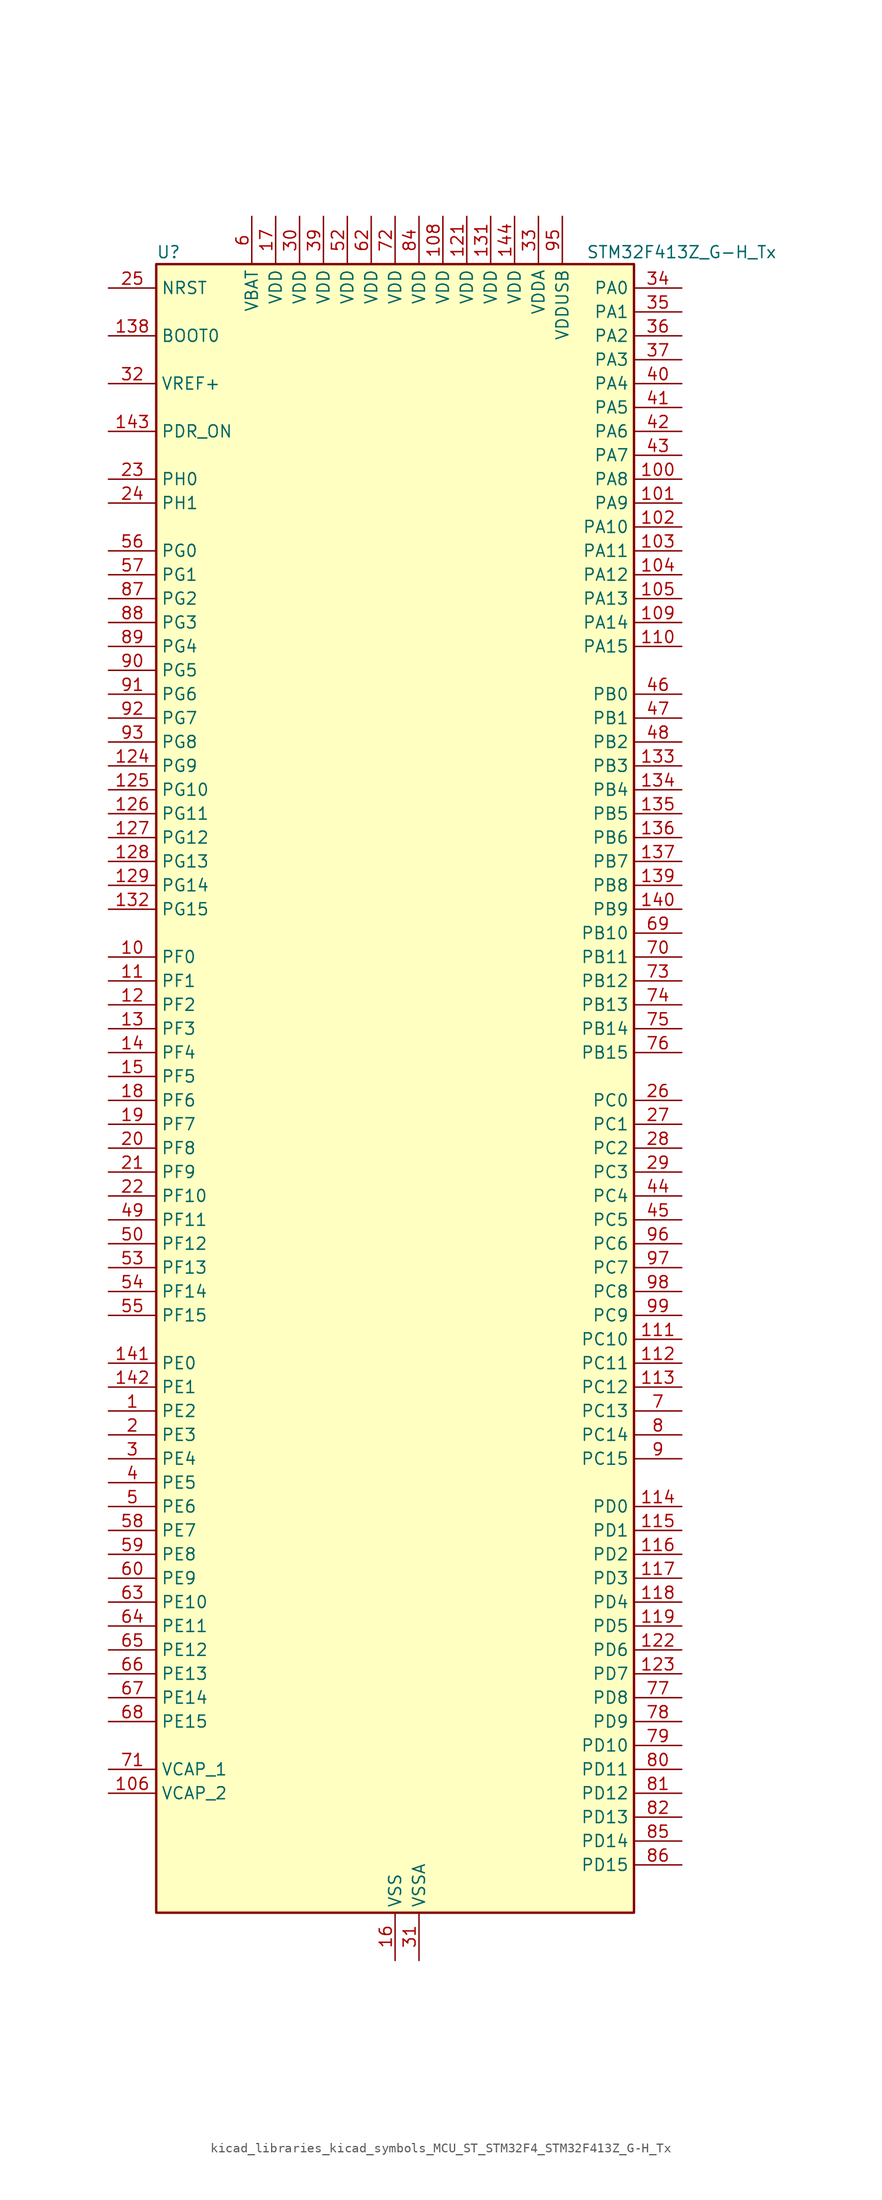
<source format=kicad_sym>
(kicad_symbol_lib
  (version 20220914)
  (generator kicad_symbol_editor)
  (symbol "kicad_libraries_kicad_symbols_MCU_ST_STM32F4_STM32F413Z_G-H_Tx"
    (property "Reference" "U"
      (at -25.4 90.17 0)
      (effects (font (size 1.27 1.27)) (justify left)))
    (property "Value" "STM32F413Z_G-H_Tx"
      (at 20.32 90.17 0)
      (effects (font (size 1.27 1.27)) (justify left)))
    (property "ki_locked" ""
      (at 0 0 0)
      (effects (font (size 1.27 1.27))))
    (symbol "kicad_libraries_kicad_symbols_MCU_ST_STM32F4_STM32F413Z_G-H_Tx_0_1"
      (rectangle (start -25.4 -86.36) (end 25.4 88.9) (stroke (width 0.254) (type default)) (fill (type background))))
    (symbol "kicad_libraries_kicad_symbols_MCU_ST_STM32F4_STM32F413Z_G-H_Tx_1_1"
      (pin bidirectional line (at -30.48 -33.02 0) (length 5.08) (name "PE2" (effects (font (size 1.27 1.27)))) (number "1" (effects (font (size 1.27 1.27)))) (alternate "FSMC_A23" bidirectional line) (alternate "I2S4_CK" bidirectional line) (alternate "I2S5_CK" bidirectional line) (alternate "QUADSPI_BK1_IO2" bidirectional line) (alternate "SAI1_MCLK_A" bidirectional line) (alternate "SPI4_SCK" bidirectional line) (alternate "SPI5_SCK" bidirectional line) (alternate "SYS_TRACECLK" bidirectional line) (alternate "UART10_RX" bidirectional line))
      (pin bidirectional line (at -30.48 15.24 0) (length 5.08) (name "PF0" (effects (font (size 1.27 1.27)))) (number "10" (effects (font (size 1.27 1.27)))) (alternate "FSMC_A0" bidirectional line) (alternate "I2C2_SDA" bidirectional line))
      (pin bidirectional line (at 30.48 66.04 180) (length 5.08) (name "PA8" (effects (font (size 1.27 1.27)))) (number "100" (effects (font (size 1.27 1.27)))) (alternate "CAN3_RX" bidirectional line) (alternate "DFSDM1_CKOUT" bidirectional line) (alternate "I2C3_SCL" bidirectional line) (alternate "RCC_MCO_1" bidirectional line) (alternate "SDIO_D1" bidirectional line) (alternate "TIM1_CH1" bidirectional line) (alternate "UART7_RX" bidirectional line) (alternate "USART1_CK" bidirectional line) (alternate "USB_OTG_FS_SOF" bidirectional line))
      (pin bidirectional line (at 30.48 63.5 180) (length 5.08) (name "PA9" (effects (font (size 1.27 1.27)))) (number "101" (effects (font (size 1.27 1.27)))) (alternate "DAC_EXTI9" bidirectional line) (alternate "DFSDM2_CKIN3" bidirectional line) (alternate "I2C3_SMBA" bidirectional line) (alternate "I2S2_CK" bidirectional line) (alternate "SDIO_D2" bidirectional line) (alternate "SPI2_SCK" bidirectional line) (alternate "TIM1_CH2" bidirectional line) (alternate "USART1_TX" bidirectional line) (alternate "USB_OTG_FS_VBUS" bidirectional line))
      (pin bidirectional line (at 30.48 60.96 180) (length 5.08) (name "PA10" (effects (font (size 1.27 1.27)))) (number "102" (effects (font (size 1.27 1.27)))) (alternate "DFSDM2_DATIN3" bidirectional line) (alternate "I2S2_SD" bidirectional line) (alternate "I2S5_SD" bidirectional line) (alternate "SPI2_MOSI" bidirectional line) (alternate "SPI5_MOSI" bidirectional line) (alternate "TIM1_CH3" bidirectional line) (alternate "USART1_RX" bidirectional line) (alternate "USB_OTG_FS_ID" bidirectional line))
      (pin bidirectional line (at 30.48 58.42 180) (length 5.08) (name "PA11" (effects (font (size 1.27 1.27)))) (number "103" (effects (font (size 1.27 1.27)))) (alternate "ADC1_EXTI11" bidirectional line) (alternate "CAN1_RX" bidirectional line) (alternate "DFSDM2_CKIN5" bidirectional line) (alternate "I2S2_WS" bidirectional line) (alternate "SPI2_NSS" bidirectional line) (alternate "SPI4_MISO" bidirectional line) (alternate "TIM1_CH4" bidirectional line) (alternate "UART4_RX" bidirectional line) (alternate "USART1_CTS" bidirectional line) (alternate "USART6_TX" bidirectional line) (alternate "USB_OTG_FS_DM" bidirectional line))
      (pin bidirectional line (at 30.48 55.88 180) (length 5.08) (name "PA12" (effects (font (size 1.27 1.27)))) (number "104" (effects (font (size 1.27 1.27)))) (alternate "CAN1_TX" bidirectional line) (alternate "DFSDM2_DATIN5" bidirectional line) (alternate "SPI2_MISO" bidirectional line) (alternate "SPI5_MISO" bidirectional line) (alternate "TIM1_ETR" bidirectional line) (alternate "UART4_TX" bidirectional line) (alternate "USART1_RTS" bidirectional line) (alternate "USART6_RX" bidirectional line) (alternate "USB_OTG_FS_DP" bidirectional line))
      (pin bidirectional line (at 30.48 53.34 180) (length 5.08) (name "PA13" (effects (font (size 1.27 1.27)))) (number "105" (effects (font (size 1.27 1.27)))) (alternate "SYS_JTMS-SWDIO" bidirectional line))
      (pin power_out line (at -30.48 -73.66 0) (length 5.08) (name "VCAP_2" (effects (font (size 1.27 1.27)))) (number "106" (effects (font (size 1.27 1.27)))))
      (pin passive line (at 0 -91.44 90) (length 5.08) hide (name "VSS" (effects (font (size 1.27 1.27)))) (number "107" (effects (font (size 1.27 1.27)))))
      (pin power_in line (at 5.08 93.98 270) (length 5.08) (name "VDD" (effects (font (size 1.27 1.27)))) (number "108" (effects (font (size 1.27 1.27)))))
      (pin bidirectional line (at 30.48 50.8 180) (length 5.08) (name "PA14" (effects (font (size 1.27 1.27)))) (number "109" (effects (font (size 1.27 1.27)))) (alternate "SYS_JTCK-SWCLK" bidirectional line))
      (pin bidirectional line (at -30.48 12.7 0) (length 5.08) (name "PF1" (effects (font (size 1.27 1.27)))) (number "11" (effects (font (size 1.27 1.27)))) (alternate "FSMC_A1" bidirectional line) (alternate "I2C2_SCL" bidirectional line))
      (pin bidirectional line (at 30.48 48.26 180) (length 5.08) (name "PA15" (effects (font (size 1.27 1.27)))) (number "110" (effects (font (size 1.27 1.27)))) (alternate "ADC1_EXTI15" bidirectional line) (alternate "CAN3_TX" bidirectional line) (alternate "I2S1_WS" bidirectional line) (alternate "I2S3_WS" bidirectional line) (alternate "SAI1_MCLK_A" bidirectional line) (alternate "SPI1_NSS" bidirectional line) (alternate "SPI3_NSS" bidirectional line) (alternate "SYS_JTDI" bidirectional line) (alternate "TIM2_CH1" bidirectional line) (alternate "TIM2_ETR" bidirectional line) (alternate "UART7_TX" bidirectional line) (alternate "USART1_TX" bidirectional line))
      (pin bidirectional line (at 30.48 -25.4 180) (length 5.08) (name "PC10" (effects (font (size 1.27 1.27)))) (number "111" (effects (font (size 1.27 1.27)))) (alternate "DFSDM2_CKIN5" bidirectional line) (alternate "I2S3_CK" bidirectional line) (alternate "QUADSPI_BK1_IO1" bidirectional line) (alternate "SDIO_D2" bidirectional line) (alternate "SPI3_SCK" bidirectional line) (alternate "USART3_TX" bidirectional line))
      (pin bidirectional line (at 30.48 -27.94 180) (length 5.08) (name "PC11" (effects (font (size 1.27 1.27)))) (number "112" (effects (font (size 1.27 1.27)))) (alternate "ADC1_EXTI11" bidirectional line) (alternate "DFSDM2_DATIN5" bidirectional line) (alternate "FSMC_D2" bidirectional line) (alternate "FSMC_DA2" bidirectional line) (alternate "I2S3_ext_SD" bidirectional line) (alternate "QUADSPI_BK2_NCS" bidirectional line) (alternate "SDIO_D3" bidirectional line) (alternate "SPI3_MISO" bidirectional line) (alternate "UART4_RX" bidirectional line) (alternate "USART3_RX" bidirectional line))
      (pin bidirectional line (at 30.48 -30.48 180) (length 5.08) (name "PC12" (effects (font (size 1.27 1.27)))) (number "113" (effects (font (size 1.27 1.27)))) (alternate "FSMC_D3" bidirectional line) (alternate "FSMC_DA3" bidirectional line) (alternate "I2S3_SD" bidirectional line) (alternate "SDIO_CK" bidirectional line) (alternate "SPI3_MOSI" bidirectional line) (alternate "UART5_TX" bidirectional line) (alternate "USART3_CK" bidirectional line))
      (pin bidirectional line (at 30.48 -43.18 180) (length 5.08) (name "PD0" (effects (font (size 1.27 1.27)))) (number "114" (effects (font (size 1.27 1.27)))) (alternate "CAN1_RX" bidirectional line) (alternate "DFSDM2_CKIN6" bidirectional line) (alternate "FSMC_D2" bidirectional line) (alternate "FSMC_DA2" bidirectional line) (alternate "UART4_RX" bidirectional line))
      (pin bidirectional line (at 30.48 -45.72 180) (length 5.08) (name "PD1" (effects (font (size 1.27 1.27)))) (number "115" (effects (font (size 1.27 1.27)))) (alternate "CAN1_TX" bidirectional line) (alternate "DFSDM2_DATIN6" bidirectional line) (alternate "FSMC_D3" bidirectional line) (alternate "FSMC_DA3" bidirectional line) (alternate "UART4_TX" bidirectional line))
      (pin bidirectional line (at 30.48 -48.26 180) (length 5.08) (name "PD2" (effects (font (size 1.27 1.27)))) (number "116" (effects (font (size 1.27 1.27)))) (alternate "DFSDM2_CKOUT" bidirectional line) (alternate "FSMC_NWE" bidirectional line) (alternate "SDIO_CMD" bidirectional line) (alternate "TIM3_ETR" bidirectional line) (alternate "UART5_RX" bidirectional line))
      (pin bidirectional line (at 30.48 -50.8 180) (length 5.08) (name "PD3" (effects (font (size 1.27 1.27)))) (number "117" (effects (font (size 1.27 1.27)))) (alternate "DFSDM1_DATIN0" bidirectional line) (alternate "FSMC_CLK" bidirectional line) (alternate "I2S2_CK" bidirectional line) (alternate "QUADSPI_CLK" bidirectional line) (alternate "SPI2_SCK" bidirectional line) (alternate "SYS_TRACED1" bidirectional line) (alternate "USART2_CTS" bidirectional line))
      (pin bidirectional line (at 30.48 -53.34 180) (length 5.08) (name "PD4" (effects (font (size 1.27 1.27)))) (number "118" (effects (font (size 1.27 1.27)))) (alternate "DFSDM1_CKIN0" bidirectional line) (alternate "FSMC_NOE" bidirectional line) (alternate "USART2_RTS" bidirectional line))
      (pin bidirectional line (at 30.48 -55.88 180) (length 5.08) (name "PD5" (effects (font (size 1.27 1.27)))) (number "119" (effects (font (size 1.27 1.27)))) (alternate "DFSDM2_CKOUT" bidirectional line) (alternate "FSMC_NWE" bidirectional line) (alternate "USART2_TX" bidirectional line))
      (pin bidirectional line (at -30.48 10.16 0) (length 5.08) (name "PF2" (effects (font (size 1.27 1.27)))) (number "12" (effects (font (size 1.27 1.27)))) (alternate "FSMC_A2" bidirectional line) (alternate "I2C2_SMBA" bidirectional line))
      (pin passive line (at 0 -91.44 90) (length 5.08) hide (name "VSS" (effects (font (size 1.27 1.27)))) (number "120" (effects (font (size 1.27 1.27)))))
      (pin power_in line (at 7.62 93.98 270) (length 5.08) (name "VDD" (effects (font (size 1.27 1.27)))) (number "121" (effects (font (size 1.27 1.27)))))
      (pin bidirectional line (at 30.48 -58.42 180) (length 5.08) (name "PD6" (effects (font (size 1.27 1.27)))) (number "122" (effects (font (size 1.27 1.27)))) (alternate "DFSDM1_DATIN1" bidirectional line) (alternate "FSMC_NWAIT" bidirectional line) (alternate "I2S3_SD" bidirectional line) (alternate "SPI3_MOSI" bidirectional line) (alternate "USART2_RX" bidirectional line))
      (pin bidirectional line (at 30.48 -60.96 180) (length 5.08) (name "PD7" (effects (font (size 1.27 1.27)))) (number "123" (effects (font (size 1.27 1.27)))) (alternate "DFSDM1_CKIN1" bidirectional line) (alternate "FSMC_NE1" bidirectional line) (alternate "USART2_CK" bidirectional line))
      (pin bidirectional line (at -30.48 35.56 0) (length 5.08) (name "PG9" (effects (font (size 1.27 1.27)))) (number "124" (effects (font (size 1.27 1.27)))) (alternate "DAC_EXTI9" bidirectional line) (alternate "FSMC_NE2" bidirectional line) (alternate "QUADSPI_BK2_IO2" bidirectional line) (alternate "USART6_RX" bidirectional line))
      (pin bidirectional line (at -30.48 33.02 0) (length 5.08) (name "PG10" (effects (font (size 1.27 1.27)))) (number "125" (effects (font (size 1.27 1.27)))) (alternate "FSMC_NE3" bidirectional line))
      (pin bidirectional line (at -30.48 30.48 0) (length 5.08) (name "PG11" (effects (font (size 1.27 1.27)))) (number "126" (effects (font (size 1.27 1.27)))) (alternate "ADC1_EXTI11" bidirectional line) (alternate "CAN2_RX" bidirectional line) (alternate "UART10_RX" bidirectional line))
      (pin bidirectional line (at -30.48 27.94 0) (length 5.08) (name "PG12" (effects (font (size 1.27 1.27)))) (number "127" (effects (font (size 1.27 1.27)))) (alternate "CAN2_TX" bidirectional line) (alternate "FSMC_NE4" bidirectional line) (alternate "UART10_TX" bidirectional line) (alternate "USART6_RTS" bidirectional line))
      (pin bidirectional line (at -30.48 25.4 0) (length 5.08) (name "PG13" (effects (font (size 1.27 1.27)))) (number "128" (effects (font (size 1.27 1.27)))) (alternate "FSMC_A24" bidirectional line) (alternate "SYS_TRACED2" bidirectional line) (alternate "USART6_CTS" bidirectional line))
      (pin bidirectional line (at -30.48 22.86 0) (length 5.08) (name "PG14" (effects (font (size 1.27 1.27)))) (number "129" (effects (font (size 1.27 1.27)))) (alternate "FSMC_A25" bidirectional line) (alternate "QUADSPI_BK2_IO3" bidirectional line) (alternate "SYS_TRACED3" bidirectional line) (alternate "USART6_TX" bidirectional line))
      (pin bidirectional line (at -30.48 7.62 0) (length 5.08) (name "PF3" (effects (font (size 1.27 1.27)))) (number "13" (effects (font (size 1.27 1.27)))) (alternate "FSMC_A3" bidirectional line) (alternate "TIM5_CH1" bidirectional line))
      (pin passive line (at 0 -91.44 90) (length 5.08) hide (name "VSS" (effects (font (size 1.27 1.27)))) (number "130" (effects (font (size 1.27 1.27)))))
      (pin power_in line (at 10.16 93.98 270) (length 5.08) (name "VDD" (effects (font (size 1.27 1.27)))) (number "131" (effects (font (size 1.27 1.27)))))
      (pin bidirectional line (at -30.48 20.32 0) (length 5.08) (name "PG15" (effects (font (size 1.27 1.27)))) (number "132" (effects (font (size 1.27 1.27)))) (alternate "ADC1_EXTI15" bidirectional line) (alternate "USART6_CTS" bidirectional line))
      (pin bidirectional line (at 30.48 35.56 180) (length 5.08) (name "PB3" (effects (font (size 1.27 1.27)))) (number "133" (effects (font (size 1.27 1.27)))) (alternate "CAN3_RX" bidirectional line) (alternate "FMPI2C1_SDA" bidirectional line) (alternate "I2C2_SDA" bidirectional line) (alternate "I2S1_CK" bidirectional line) (alternate "I2S3_CK" bidirectional line) (alternate "SAI1_SD_A" bidirectional line) (alternate "SPI1_SCK" bidirectional line) (alternate "SPI3_SCK" bidirectional line) (alternate "SYS_JTDO-SWO" bidirectional line) (alternate "TIM2_CH2" bidirectional line) (alternate "UART7_RX" bidirectional line) (alternate "USART1_RX" bidirectional line))
      (pin bidirectional line (at 30.48 33.02 180) (length 5.08) (name "PB4" (effects (font (size 1.27 1.27)))) (number "134" (effects (font (size 1.27 1.27)))) (alternate "CAN3_TX" bidirectional line) (alternate "I2C3_SDA" bidirectional line) (alternate "I2S3_ext_SD" bidirectional line) (alternate "SAI1_SCK_A" bidirectional line) (alternate "SDIO_D0" bidirectional line) (alternate "SPI1_MISO" bidirectional line) (alternate "SPI3_MISO" bidirectional line) (alternate "SYS_JTRST" bidirectional line) (alternate "TIM3_CH1" bidirectional line) (alternate "UART7_TX" bidirectional line))
      (pin bidirectional line (at 30.48 30.48 180) (length 5.08) (name "PB5" (effects (font (size 1.27 1.27)))) (number "135" (effects (font (size 1.27 1.27)))) (alternate "CAN2_RX" bidirectional line) (alternate "I2C1_SMBA" bidirectional line) (alternate "I2S1_SD" bidirectional line) (alternate "I2S3_SD" bidirectional line) (alternate "LPTIM1_IN1" bidirectional line) (alternate "SAI1_FS_A" bidirectional line) (alternate "SDIO_D3" bidirectional line) (alternate "SPI1_MOSI" bidirectional line) (alternate "SPI3_MOSI" bidirectional line) (alternate "TIM3_CH2" bidirectional line) (alternate "UART5_RX" bidirectional line))
      (pin bidirectional line (at 30.48 27.94 180) (length 5.08) (name "PB6" (effects (font (size 1.27 1.27)))) (number "136" (effects (font (size 1.27 1.27)))) (alternate "CAN2_TX" bidirectional line) (alternate "DFSDM2_CKIN7" bidirectional line) (alternate "I2C1_SCL" bidirectional line) (alternate "LPTIM1_ETR" bidirectional line) (alternate "QUADSPI_BK1_NCS" bidirectional line) (alternate "SDIO_D0" bidirectional line) (alternate "TIM4_CH1" bidirectional line) (alternate "UART5_TX" bidirectional line) (alternate "USART1_TX" bidirectional line))
      (pin bidirectional line (at 30.48 25.4 180) (length 5.08) (name "PB7" (effects (font (size 1.27 1.27)))) (number "137" (effects (font (size 1.27 1.27)))) (alternate "DFSDM2_DATIN7" bidirectional line) (alternate "FSMC_NL" bidirectional line) (alternate "I2C1_SDA" bidirectional line) (alternate "LPTIM1_IN2" bidirectional line) (alternate "TIM4_CH2" bidirectional line) (alternate "USART1_RX" bidirectional line))
      (pin input line (at -30.48 81.28 0) (length 5.08) (name "BOOT0" (effects (font (size 1.27 1.27)))) (number "138" (effects (font (size 1.27 1.27)))))
      (pin bidirectional line (at 30.48 22.86 180) (length 5.08) (name "PB8" (effects (font (size 1.27 1.27)))) (number "139" (effects (font (size 1.27 1.27)))) (alternate "CAN1_RX" bidirectional line) (alternate "DFSDM2_CKIN1" bidirectional line) (alternate "I2C1_SCL" bidirectional line) (alternate "I2C3_SDA" bidirectional line) (alternate "I2S5_SD" bidirectional line) (alternate "LPTIM1_OUT" bidirectional line) (alternate "SDIO_D4" bidirectional line) (alternate "SPI5_MOSI" bidirectional line) (alternate "TIM10_CH1" bidirectional line) (alternate "TIM4_CH3" bidirectional line) (alternate "UART5_RX" bidirectional line))
      (pin bidirectional line (at -30.48 5.08 0) (length 5.08) (name "PF4" (effects (font (size 1.27 1.27)))) (number "14" (effects (font (size 1.27 1.27)))) (alternate "FSMC_A4" bidirectional line) (alternate "TIM5_CH2" bidirectional line))
      (pin bidirectional line (at 30.48 20.32 180) (length 5.08) (name "PB9" (effects (font (size 1.27 1.27)))) (number "140" (effects (font (size 1.27 1.27)))) (alternate "CAN1_TX" bidirectional line) (alternate "DAC_EXTI9" bidirectional line) (alternate "DFSDM2_DATIN1" bidirectional line) (alternate "I2C1_SDA" bidirectional line) (alternate "I2C2_SDA" bidirectional line) (alternate "I2S2_WS" bidirectional line) (alternate "SDIO_D5" bidirectional line) (alternate "SPI2_NSS" bidirectional line) (alternate "TIM11_CH1" bidirectional line) (alternate "TIM4_CH4" bidirectional line) (alternate "UART5_TX" bidirectional line))
      (pin bidirectional line (at -30.48 -27.94 0) (length 5.08) (name "PE0" (effects (font (size 1.27 1.27)))) (number "141" (effects (font (size 1.27 1.27)))) (alternate "DFSDM2_CKIN4" bidirectional line) (alternate "FSMC_NBL0" bidirectional line) (alternate "TIM4_ETR" bidirectional line) (alternate "UART8_RX" bidirectional line))
      (pin bidirectional line (at -30.48 -30.48 0) (length 5.08) (name "PE1" (effects (font (size 1.27 1.27)))) (number "142" (effects (font (size 1.27 1.27)))) (alternate "DFSDM2_DATIN4" bidirectional line) (alternate "FSMC_NBL1" bidirectional line) (alternate "UART8_TX" bidirectional line))
      (pin input line (at -30.48 71.12 0) (length 5.08) (name "PDR_ON" (effects (font (size 1.27 1.27)))) (number "143" (effects (font (size 1.27 1.27)))))
      (pin power_in line (at 12.7 93.98 270) (length 5.08) (name "VDD" (effects (font (size 1.27 1.27)))) (number "144" (effects (font (size 1.27 1.27)))))
      (pin bidirectional line (at -30.48 2.54 0) (length 5.08) (name "PF5" (effects (font (size 1.27 1.27)))) (number "15" (effects (font (size 1.27 1.27)))) (alternate "FSMC_A5" bidirectional line) (alternate "TIM5_CH3" bidirectional line))
      (pin power_in line (at 0 -91.44 90) (length 5.08) (name "VSS" (effects (font (size 1.27 1.27)))) (number "16" (effects (font (size 1.27 1.27)))))
      (pin power_in line (at -12.7 93.98 270) (length 5.08) (name "VDD" (effects (font (size 1.27 1.27)))) (number "17" (effects (font (size 1.27 1.27)))))
      (pin bidirectional line (at -30.48 0 0) (length 5.08) (name "PF6" (effects (font (size 1.27 1.27)))) (number "18" (effects (font (size 1.27 1.27)))) (alternate "QUADSPI_BK1_IO3" bidirectional line) (alternate "SAI1_SD_B" bidirectional line) (alternate "SYS_TRACED0" bidirectional line) (alternate "TIM10_CH1" bidirectional line) (alternate "UART7_RX" bidirectional line))
      (pin bidirectional line (at -30.48 -2.54 0) (length 5.08) (name "PF7" (effects (font (size 1.27 1.27)))) (number "19" (effects (font (size 1.27 1.27)))) (alternate "QUADSPI_BK1_IO2" bidirectional line) (alternate "SAI1_MCLK_B" bidirectional line) (alternate "SYS_TRACED1" bidirectional line) (alternate "TIM11_CH1" bidirectional line) (alternate "UART7_TX" bidirectional line))
      (pin bidirectional line (at -30.48 -35.56 0) (length 5.08) (name "PE3" (effects (font (size 1.27 1.27)))) (number "2" (effects (font (size 1.27 1.27)))) (alternate "FSMC_A19" bidirectional line) (alternate "SAI1_SD_B" bidirectional line) (alternate "SYS_TRACED0" bidirectional line) (alternate "UART10_TX" bidirectional line))
      (pin bidirectional line (at -30.48 -5.08 0) (length 5.08) (name "PF8" (effects (font (size 1.27 1.27)))) (number "20" (effects (font (size 1.27 1.27)))) (alternate "QUADSPI_BK1_IO0" bidirectional line) (alternate "SAI1_SCK_B" bidirectional line) (alternate "TIM13_CH1" bidirectional line) (alternate "UART8_RX" bidirectional line))
      (pin bidirectional line (at -30.48 -7.62 0) (length 5.08) (name "PF9" (effects (font (size 1.27 1.27)))) (number "21" (effects (font (size 1.27 1.27)))) (alternate "DAC_EXTI9" bidirectional line) (alternate "QUADSPI_BK1_IO1" bidirectional line) (alternate "SAI1_FS_B" bidirectional line) (alternate "TIM14_CH1" bidirectional line) (alternate "UART8_TX" bidirectional line))
      (pin bidirectional line (at -30.48 -10.16 0) (length 5.08) (name "PF10" (effects (font (size 1.27 1.27)))) (number "22" (effects (font (size 1.27 1.27)))) (alternate "TIM1_ETR" bidirectional line) (alternate "TIM5_CH4" bidirectional line))
      (pin bidirectional line (at -30.48 66.04 0) (length 5.08) (name "PH0" (effects (font (size 1.27 1.27)))) (number "23" (effects (font (size 1.27 1.27)))) (alternate "RCC_OSC_IN" bidirectional line))
      (pin bidirectional line (at -30.48 63.5 0) (length 5.08) (name "PH1" (effects (font (size 1.27 1.27)))) (number "24" (effects (font (size 1.27 1.27)))) (alternate "RCC_OSC_OUT" bidirectional line))
      (pin input line (at -30.48 86.36 0) (length 5.08) (name "NRST" (effects (font (size 1.27 1.27)))) (number "25" (effects (font (size 1.27 1.27)))))
      (pin bidirectional line (at 30.48 0 180) (length 5.08) (name "PC0" (effects (font (size 1.27 1.27)))) (number "26" (effects (font (size 1.27 1.27)))) (alternate "ADC1_IN10" bidirectional line) (alternate "DFSDM2_CKIN4" bidirectional line) (alternate "LPTIM1_IN1" bidirectional line) (alternate "SAI1_MCLK_B" bidirectional line) (alternate "SYS_WKUP2" bidirectional line))
      (pin bidirectional line (at 30.48 -2.54 180) (length 5.08) (name "PC1" (effects (font (size 1.27 1.27)))) (number "27" (effects (font (size 1.27 1.27)))) (alternate "ADC1_IN11" bidirectional line) (alternate "DFSDM2_DATIN4" bidirectional line) (alternate "LPTIM1_OUT" bidirectional line) (alternate "SAI1_SD_B" bidirectional line) (alternate "SYS_WKUP3" bidirectional line))
      (pin bidirectional line (at 30.48 -5.08 180) (length 5.08) (name "PC2" (effects (font (size 1.27 1.27)))) (number "28" (effects (font (size 1.27 1.27)))) (alternate "ADC1_IN12" bidirectional line) (alternate "DFSDM1_CKOUT" bidirectional line) (alternate "DFSDM2_DATIN7" bidirectional line) (alternate "FSMC_NWE" bidirectional line) (alternate "I2S2_ext_SD" bidirectional line) (alternate "LPTIM1_IN2" bidirectional line) (alternate "SAI1_SCK_B" bidirectional line) (alternate "SPI2_MISO" bidirectional line))
      (pin bidirectional line (at 30.48 -7.62 180) (length 5.08) (name "PC3" (effects (font (size 1.27 1.27)))) (number "29" (effects (font (size 1.27 1.27)))) (alternate "ADC1_IN13" bidirectional line) (alternate "DFSDM2_CKIN7" bidirectional line) (alternate "FSMC_A0" bidirectional line) (alternate "I2S2_SD" bidirectional line) (alternate "LPTIM1_ETR" bidirectional line) (alternate "SAI1_FS_B" bidirectional line) (alternate "SPI2_MOSI" bidirectional line))
      (pin bidirectional line (at -30.48 -38.1 0) (length 5.08) (name "PE4" (effects (font (size 1.27 1.27)))) (number "3" (effects (font (size 1.27 1.27)))) (alternate "DFSDM1_DATIN3" bidirectional line) (alternate "FSMC_A20" bidirectional line) (alternate "I2S4_WS" bidirectional line) (alternate "I2S5_WS" bidirectional line) (alternate "SAI1_SD_A" bidirectional line) (alternate "SPI4_NSS" bidirectional line) (alternate "SPI5_NSS" bidirectional line) (alternate "SYS_TRACED1" bidirectional line))
      (pin power_in line (at -10.16 93.98 270) (length 5.08) (name "VDD" (effects (font (size 1.27 1.27)))) (number "30" (effects (font (size 1.27 1.27)))))
      (pin power_in line (at 2.54 -91.44 90) (length 5.08) (name "VSSA" (effects (font (size 1.27 1.27)))) (number "31" (effects (font (size 1.27 1.27)))))
      (pin input line (at -30.48 76.2 0) (length 5.08) (name "VREF+" (effects (font (size 1.27 1.27)))) (number "32" (effects (font (size 1.27 1.27)))))
      (pin power_in line (at 15.24 93.98 270) (length 5.08) (name "VDDA" (effects (font (size 1.27 1.27)))) (number "33" (effects (font (size 1.27 1.27)))))
      (pin bidirectional line (at 30.48 86.36 180) (length 5.08) (name "PA0" (effects (font (size 1.27 1.27)))) (number "34" (effects (font (size 1.27 1.27)))) (alternate "ADC1_IN0" bidirectional line) (alternate "SYS_WKUP1" bidirectional line) (alternate "TIM2_CH1" bidirectional line) (alternate "TIM2_ETR" bidirectional line) (alternate "TIM5_CH1" bidirectional line) (alternate "TIM8_ETR" bidirectional line) (alternate "UART4_TX" bidirectional line) (alternate "USART2_CTS" bidirectional line))
      (pin bidirectional line (at 30.48 83.82 180) (length 5.08) (name "PA1" (effects (font (size 1.27 1.27)))) (number "35" (effects (font (size 1.27 1.27)))) (alternate "ADC1_IN1" bidirectional line) (alternate "I2S4_SD" bidirectional line) (alternate "QUADSPI_BK1_IO3" bidirectional line) (alternate "SPI4_MOSI" bidirectional line) (alternate "TIM2_CH2" bidirectional line) (alternate "TIM5_CH2" bidirectional line) (alternate "UART4_RX" bidirectional line) (alternate "USART2_RTS" bidirectional line))
      (pin bidirectional line (at 30.48 81.28 180) (length 5.08) (name "PA2" (effects (font (size 1.27 1.27)))) (number "36" (effects (font (size 1.27 1.27)))) (alternate "ADC1_IN2" bidirectional line) (alternate "FSMC_D4" bidirectional line) (alternate "FSMC_DA4" bidirectional line) (alternate "I2S_CKIN" bidirectional line) (alternate "TIM2_CH3" bidirectional line) (alternate "TIM5_CH3" bidirectional line) (alternate "TIM9_CH1" bidirectional line) (alternate "USART2_TX" bidirectional line))
      (pin bidirectional line (at 30.48 78.74 180) (length 5.08) (name "PA3" (effects (font (size 1.27 1.27)))) (number "37" (effects (font (size 1.27 1.27)))) (alternate "ADC1_IN3" bidirectional line) (alternate "FSMC_D5" bidirectional line) (alternate "FSMC_DA5" bidirectional line) (alternate "I2S2_MCK" bidirectional line) (alternate "SAI1_SD_B" bidirectional line) (alternate "TIM2_CH4" bidirectional line) (alternate "TIM5_CH4" bidirectional line) (alternate "TIM9_CH2" bidirectional line) (alternate "USART2_RX" bidirectional line))
      (pin passive line (at 0 -91.44 90) (length 5.08) hide (name "VSS" (effects (font (size 1.27 1.27)))) (number "38" (effects (font (size 1.27 1.27)))))
      (pin power_in line (at -7.62 93.98 270) (length 5.08) (name "VDD" (effects (font (size 1.27 1.27)))) (number "39" (effects (font (size 1.27 1.27)))))
      (pin bidirectional line (at -30.48 -40.64 0) (length 5.08) (name "PE5" (effects (font (size 1.27 1.27)))) (number "4" (effects (font (size 1.27 1.27)))) (alternate "DFSDM1_CKIN3" bidirectional line) (alternate "FSMC_A21" bidirectional line) (alternate "SAI1_SCK_A" bidirectional line) (alternate "SPI4_MISO" bidirectional line) (alternate "SPI5_MISO" bidirectional line) (alternate "SYS_TRACED2" bidirectional line) (alternate "TIM9_CH1" bidirectional line))
      (pin bidirectional line (at 30.48 76.2 180) (length 5.08) (name "PA4" (effects (font (size 1.27 1.27)))) (number "40" (effects (font (size 1.27 1.27)))) (alternate "ADC1_IN4" bidirectional line) (alternate "DAC_OUT1" bidirectional line) (alternate "DFSDM1_DATIN1" bidirectional line) (alternate "FSMC_D6" bidirectional line) (alternate "FSMC_DA6" bidirectional line) (alternate "I2S1_WS" bidirectional line) (alternate "I2S3_WS" bidirectional line) (alternate "SPI1_NSS" bidirectional line) (alternate "SPI3_NSS" bidirectional line) (alternate "USART2_CK" bidirectional line))
      (pin bidirectional line (at 30.48 73.66 180) (length 5.08) (name "PA5" (effects (font (size 1.27 1.27)))) (number "41" (effects (font (size 1.27 1.27)))) (alternate "ADC1_IN5" bidirectional line) (alternate "DAC_OUT2" bidirectional line) (alternate "DFSDM1_CKIN1" bidirectional line) (alternate "FSMC_D7" bidirectional line) (alternate "FSMC_DA7" bidirectional line) (alternate "I2S1_CK" bidirectional line) (alternate "SPI1_SCK" bidirectional line) (alternate "TIM2_CH1" bidirectional line) (alternate "TIM2_ETR" bidirectional line) (alternate "TIM8_CH1N" bidirectional line))
      (pin bidirectional line (at 30.48 71.12 180) (length 5.08) (name "PA6" (effects (font (size 1.27 1.27)))) (number "42" (effects (font (size 1.27 1.27)))) (alternate "ADC1_IN6" bidirectional line) (alternate "DFSDM2_CKIN1" bidirectional line) (alternate "I2S2_MCK" bidirectional line) (alternate "QUADSPI_BK2_IO0" bidirectional line) (alternate "SDIO_CMD" bidirectional line) (alternate "SPI1_MISO" bidirectional line) (alternate "TIM13_CH1" bidirectional line) (alternate "TIM1_BKIN" bidirectional line) (alternate "TIM3_CH1" bidirectional line) (alternate "TIM8_BKIN" bidirectional line))
      (pin bidirectional line (at 30.48 68.58 180) (length 5.08) (name "PA7" (effects (font (size 1.27 1.27)))) (number "43" (effects (font (size 1.27 1.27)))) (alternate "ADC1_IN7" bidirectional line) (alternate "DFSDM2_DATIN1" bidirectional line) (alternate "I2S1_SD" bidirectional line) (alternate "QUADSPI_BK2_IO1" bidirectional line) (alternate "SPI1_MOSI" bidirectional line) (alternate "TIM14_CH1" bidirectional line) (alternate "TIM1_CH1N" bidirectional line) (alternate "TIM3_CH2" bidirectional line) (alternate "TIM8_CH1N" bidirectional line))
      (pin bidirectional line (at 30.48 -10.16 180) (length 5.08) (name "PC4" (effects (font (size 1.27 1.27)))) (number "44" (effects (font (size 1.27 1.27)))) (alternate "ADC1_IN14" bidirectional line) (alternate "DFSDM2_CKIN2" bidirectional line) (alternate "FSMC_NE4" bidirectional line) (alternate "I2S1_MCK" bidirectional line) (alternate "QUADSPI_BK2_IO2" bidirectional line))
      (pin bidirectional line (at 30.48 -12.7 180) (length 5.08) (name "PC5" (effects (font (size 1.27 1.27)))) (number "45" (effects (font (size 1.27 1.27)))) (alternate "ADC1_IN15" bidirectional line) (alternate "DFSDM2_DATIN2" bidirectional line) (alternate "FMPI2C1_SMBA" bidirectional line) (alternate "FSMC_NOE" bidirectional line) (alternate "QUADSPI_BK2_IO3" bidirectional line) (alternate "USART3_RX" bidirectional line))
      (pin bidirectional line (at 30.48 43.18 180) (length 5.08) (name "PB0" (effects (font (size 1.27 1.27)))) (number "46" (effects (font (size 1.27 1.27)))) (alternate "ADC1_IN8" bidirectional line) (alternate "I2S5_CK" bidirectional line) (alternate "SPI5_SCK" bidirectional line) (alternate "TIM1_CH2N" bidirectional line) (alternate "TIM3_CH3" bidirectional line) (alternate "TIM8_CH2N" bidirectional line))
      (pin bidirectional line (at 30.48 40.64 180) (length 5.08) (name "PB1" (effects (font (size 1.27 1.27)))) (number "47" (effects (font (size 1.27 1.27)))) (alternate "ADC1_IN9" bidirectional line) (alternate "DFSDM1_DATIN0" bidirectional line) (alternate "I2S5_WS" bidirectional line) (alternate "QUADSPI_CLK" bidirectional line) (alternate "SPI5_NSS" bidirectional line) (alternate "TIM1_CH3N" bidirectional line) (alternate "TIM3_CH4" bidirectional line) (alternate "TIM8_CH3N" bidirectional line))
      (pin bidirectional line (at 30.48 38.1 180) (length 5.08) (name "PB2" (effects (font (size 1.27 1.27)))) (number "48" (effects (font (size 1.27 1.27)))) (alternate "DFSDM1_CKIN0" bidirectional line) (alternate "LPTIM1_OUT" bidirectional line) (alternate "QUADSPI_CLK" bidirectional line))
      (pin bidirectional line (at -30.48 -12.7 0) (length 5.08) (name "PF11" (effects (font (size 1.27 1.27)))) (number "49" (effects (font (size 1.27 1.27)))) (alternate "ADC1_EXTI11" bidirectional line) (alternate "TIM8_ETR" bidirectional line))
      (pin bidirectional line (at -30.48 -43.18 0) (length 5.08) (name "PE6" (effects (font (size 1.27 1.27)))) (number "5" (effects (font (size 1.27 1.27)))) (alternate "FSMC_A22" bidirectional line) (alternate "I2S4_SD" bidirectional line) (alternate "I2S5_SD" bidirectional line) (alternate "SAI1_FS_A" bidirectional line) (alternate "SPI4_MOSI" bidirectional line) (alternate "SPI5_MOSI" bidirectional line) (alternate "SYS_TRACED3" bidirectional line) (alternate "TIM9_CH2" bidirectional line))
      (pin bidirectional line (at -30.48 -15.24 0) (length 5.08) (name "PF12" (effects (font (size 1.27 1.27)))) (number "50" (effects (font (size 1.27 1.27)))) (alternate "FSMC_A6" bidirectional line) (alternate "TIM8_BKIN" bidirectional line))
      (pin passive line (at 0 -91.44 90) (length 5.08) hide (name "VSS" (effects (font (size 1.27 1.27)))) (number "51" (effects (font (size 1.27 1.27)))))
      (pin power_in line (at -5.08 93.98 270) (length 5.08) (name "VDD" (effects (font (size 1.27 1.27)))) (number "52" (effects (font (size 1.27 1.27)))))
      (pin bidirectional line (at -30.48 -17.78 0) (length 5.08) (name "PF13" (effects (font (size 1.27 1.27)))) (number "53" (effects (font (size 1.27 1.27)))) (alternate "FMPI2C1_SMBA" bidirectional line) (alternate "FSMC_A7" bidirectional line))
      (pin bidirectional line (at -30.48 -20.32 0) (length 5.08) (name "PF14" (effects (font (size 1.27 1.27)))) (number "54" (effects (font (size 1.27 1.27)))) (alternate "FMPI2C1_SCL" bidirectional line) (alternate "FSMC_A8" bidirectional line))
      (pin bidirectional line (at -30.48 -22.86 0) (length 5.08) (name "PF15" (effects (font (size 1.27 1.27)))) (number "55" (effects (font (size 1.27 1.27)))) (alternate "ADC1_EXTI15" bidirectional line) (alternate "FMPI2C1_SDA" bidirectional line) (alternate "FSMC_A9" bidirectional line))
      (pin bidirectional line (at -30.48 58.42 0) (length 5.08) (name "PG0" (effects (font (size 1.27 1.27)))) (number "56" (effects (font (size 1.27 1.27)))) (alternate "CAN1_RX" bidirectional line) (alternate "FSMC_A10" bidirectional line) (alternate "UART9_RX" bidirectional line))
      (pin bidirectional line (at -30.48 55.88 0) (length 5.08) (name "PG1" (effects (font (size 1.27 1.27)))) (number "57" (effects (font (size 1.27 1.27)))) (alternate "CAN1_TX" bidirectional line) (alternate "FSMC_A11" bidirectional line) (alternate "UART9_TX" bidirectional line))
      (pin bidirectional line (at -30.48 -45.72 0) (length 5.08) (name "PE7" (effects (font (size 1.27 1.27)))) (number "58" (effects (font (size 1.27 1.27)))) (alternate "DFSDM1_DATIN2" bidirectional line) (alternate "FSMC_D4" bidirectional line) (alternate "FSMC_DA4" bidirectional line) (alternate "QUADSPI_BK2_IO0" bidirectional line) (alternate "TIM1_ETR" bidirectional line) (alternate "UART7_RX" bidirectional line))
      (pin bidirectional line (at -30.48 -48.26 0) (length 5.08) (name "PE8" (effects (font (size 1.27 1.27)))) (number "59" (effects (font (size 1.27 1.27)))) (alternate "DFSDM1_CKIN2" bidirectional line) (alternate "FSMC_D5" bidirectional line) (alternate "FSMC_DA5" bidirectional line) (alternate "QUADSPI_BK2_IO1" bidirectional line) (alternate "TIM1_CH1N" bidirectional line) (alternate "UART7_TX" bidirectional line))
      (pin power_in line (at -15.24 93.98 270) (length 5.08) (name "VBAT" (effects (font (size 1.27 1.27)))) (number "6" (effects (font (size 1.27 1.27)))))
      (pin bidirectional line (at -30.48 -50.8 0) (length 5.08) (name "PE9" (effects (font (size 1.27 1.27)))) (number "60" (effects (font (size 1.27 1.27)))) (alternate "DAC_EXTI9" bidirectional line) (alternate "DFSDM1_CKOUT" bidirectional line) (alternate "FSMC_D6" bidirectional line) (alternate "FSMC_DA6" bidirectional line) (alternate "QUADSPI_BK2_IO2" bidirectional line) (alternate "TIM1_CH1" bidirectional line))
      (pin passive line (at 0 -91.44 90) (length 5.08) hide (name "VSS" (effects (font (size 1.27 1.27)))) (number "61" (effects (font (size 1.27 1.27)))))
      (pin power_in line (at -2.54 93.98 270) (length 5.08) (name "VDD" (effects (font (size 1.27 1.27)))) (number "62" (effects (font (size 1.27 1.27)))))
      (pin bidirectional line (at -30.48 -53.34 0) (length 5.08) (name "PE10" (effects (font (size 1.27 1.27)))) (number "63" (effects (font (size 1.27 1.27)))) (alternate "DFSDM2_DATIN0" bidirectional line) (alternate "FSMC_D7" bidirectional line) (alternate "FSMC_DA7" bidirectional line) (alternate "QUADSPI_BK2_IO3" bidirectional line) (alternate "TIM1_CH2N" bidirectional line))
      (pin bidirectional line (at -30.48 -55.88 0) (length 5.08) (name "PE11" (effects (font (size 1.27 1.27)))) (number "64" (effects (font (size 1.27 1.27)))) (alternate "ADC1_EXTI11" bidirectional line) (alternate "DFSDM2_CKIN0" bidirectional line) (alternate "FSMC_D8" bidirectional line) (alternate "FSMC_DA8" bidirectional line) (alternate "I2S4_WS" bidirectional line) (alternate "I2S5_WS" bidirectional line) (alternate "SPI4_NSS" bidirectional line) (alternate "SPI5_NSS" bidirectional line) (alternate "TIM1_CH2" bidirectional line))
      (pin bidirectional line (at -30.48 -58.42 0) (length 5.08) (name "PE12" (effects (font (size 1.27 1.27)))) (number "65" (effects (font (size 1.27 1.27)))) (alternate "DFSDM2_DATIN7" bidirectional line) (alternate "FSMC_D9" bidirectional line) (alternate "FSMC_DA9" bidirectional line) (alternate "I2S4_CK" bidirectional line) (alternate "I2S5_CK" bidirectional line) (alternate "SPI4_SCK" bidirectional line) (alternate "SPI5_SCK" bidirectional line) (alternate "TIM1_CH3N" bidirectional line))
      (pin bidirectional line (at -30.48 -60.96 0) (length 5.08) (name "PE13" (effects (font (size 1.27 1.27)))) (number "66" (effects (font (size 1.27 1.27)))) (alternate "DFSDM2_CKIN7" bidirectional line) (alternate "FSMC_D10" bidirectional line) (alternate "FSMC_DA10" bidirectional line) (alternate "SPI4_MISO" bidirectional line) (alternate "SPI5_MISO" bidirectional line) (alternate "TIM1_CH3" bidirectional line))
      (pin bidirectional line (at -30.48 -63.5 0) (length 5.08) (name "PE14" (effects (font (size 1.27 1.27)))) (number "67" (effects (font (size 1.27 1.27)))) (alternate "DFSDM2_DATIN1" bidirectional line) (alternate "FSMC_D11" bidirectional line) (alternate "FSMC_DA11" bidirectional line) (alternate "I2S4_SD" bidirectional line) (alternate "I2S5_SD" bidirectional line) (alternate "SPI4_MOSI" bidirectional line) (alternate "SPI5_MOSI" bidirectional line) (alternate "TIM1_CH4" bidirectional line))
      (pin bidirectional line (at -30.48 -66.04 0) (length 5.08) (name "PE15" (effects (font (size 1.27 1.27)))) (number "68" (effects (font (size 1.27 1.27)))) (alternate "ADC1_EXTI15" bidirectional line) (alternate "DFSDM2_CKIN1" bidirectional line) (alternate "FSMC_D12" bidirectional line) (alternate "FSMC_DA12" bidirectional line) (alternate "TIM1_BKIN" bidirectional line))
      (pin bidirectional line (at 30.48 17.78 180) (length 5.08) (name "PB10" (effects (font (size 1.27 1.27)))) (number "69" (effects (font (size 1.27 1.27)))) (alternate "DFSDM2_CKOUT" bidirectional line) (alternate "FMPI2C1_SCL" bidirectional line) (alternate "I2C2_SCL" bidirectional line) (alternate "I2S2_CK" bidirectional line) (alternate "I2S3_MCK" bidirectional line) (alternate "SDIO_D7" bidirectional line) (alternate "SPI2_SCK" bidirectional line) (alternate "TIM2_CH3" bidirectional line) (alternate "USART3_TX" bidirectional line))
      (pin bidirectional line (at 30.48 -33.02 180) (length 5.08) (name "PC13" (effects (font (size 1.27 1.27)))) (number "7" (effects (font (size 1.27 1.27)))) (alternate "RTC_AF1" bidirectional line))
      (pin bidirectional line (at 30.48 15.24 180) (length 5.08) (name "PB11" (effects (font (size 1.27 1.27)))) (number "70" (effects (font (size 1.27 1.27)))) (alternate "ADC1_EXTI11" bidirectional line) (alternate "I2C2_SDA" bidirectional line) (alternate "I2S_CKIN" bidirectional line) (alternate "TIM2_CH4" bidirectional line) (alternate "USART3_RX" bidirectional line))
      (pin power_out line (at -30.48 -71.12 0) (length 5.08) (name "VCAP_1" (effects (font (size 1.27 1.27)))) (number "71" (effects (font (size 1.27 1.27)))))
      (pin power_in line (at 0 93.98 270) (length 5.08) (name "VDD" (effects (font (size 1.27 1.27)))) (number "72" (effects (font (size 1.27 1.27)))))
      (pin bidirectional line (at 30.48 12.7 180) (length 5.08) (name "PB12" (effects (font (size 1.27 1.27)))) (number "73" (effects (font (size 1.27 1.27)))) (alternate "CAN2_RX" bidirectional line) (alternate "DFSDM1_DATIN1" bidirectional line) (alternate "FSMC_D13" bidirectional line) (alternate "FSMC_DA13" bidirectional line) (alternate "I2C2_SMBA" bidirectional line) (alternate "I2S2_WS" bidirectional line) (alternate "I2S3_CK" bidirectional line) (alternate "I2S4_WS" bidirectional line) (alternate "SPI2_NSS" bidirectional line) (alternate "SPI3_SCK" bidirectional line) (alternate "SPI4_NSS" bidirectional line) (alternate "TIM1_BKIN" bidirectional line) (alternate "UART5_RX" bidirectional line) (alternate "USART3_CK" bidirectional line))
      (pin bidirectional line (at 30.48 10.16 180) (length 5.08) (name "PB13" (effects (font (size 1.27 1.27)))) (number "74" (effects (font (size 1.27 1.27)))) (alternate "CAN2_TX" bidirectional line) (alternate "DFSDM1_CKIN1" bidirectional line) (alternate "FMPI2C1_SMBA" bidirectional line) (alternate "I2S2_CK" bidirectional line) (alternate "I2S4_CK" bidirectional line) (alternate "SPI2_SCK" bidirectional line) (alternate "SPI4_SCK" bidirectional line) (alternate "TIM1_CH1N" bidirectional line) (alternate "UART5_TX" bidirectional line) (alternate "USART3_CTS" bidirectional line))
      (pin bidirectional line (at 30.48 7.62 180) (length 5.08) (name "PB14" (effects (font (size 1.27 1.27)))) (number "75" (effects (font (size 1.27 1.27)))) (alternate "DFSDM1_DATIN2" bidirectional line) (alternate "FMPI2C1_SDA" bidirectional line) (alternate "FSMC_D0" bidirectional line) (alternate "FSMC_DA0" bidirectional line) (alternate "I2S2_ext_SD" bidirectional line) (alternate "SDIO_D6" bidirectional line) (alternate "SPI2_MISO" bidirectional line) (alternate "TIM12_CH1" bidirectional line) (alternate "TIM1_CH2N" bidirectional line) (alternate "TIM8_CH2N" bidirectional line) (alternate "USART3_RTS" bidirectional line))
      (pin bidirectional line (at 30.48 5.08 180) (length 5.08) (name "PB15" (effects (font (size 1.27 1.27)))) (number "76" (effects (font (size 1.27 1.27)))) (alternate "ADC1_EXTI15" bidirectional line) (alternate "DFSDM1_CKIN2" bidirectional line) (alternate "FMPI2C1_SCL" bidirectional line) (alternate "I2S2_SD" bidirectional line) (alternate "RTC_REFIN" bidirectional line) (alternate "SDIO_CK" bidirectional line) (alternate "SPI2_MOSI" bidirectional line) (alternate "TIM12_CH2" bidirectional line) (alternate "TIM1_CH3N" bidirectional line) (alternate "TIM8_CH3N" bidirectional line))
      (pin bidirectional line (at 30.48 -63.5 180) (length 5.08) (name "PD8" (effects (font (size 1.27 1.27)))) (number "77" (effects (font (size 1.27 1.27)))) (alternate "FSMC_D13" bidirectional line) (alternate "FSMC_DA13" bidirectional line) (alternate "USART3_TX" bidirectional line))
      (pin bidirectional line (at 30.48 -66.04 180) (length 5.08) (name "PD9" (effects (font (size 1.27 1.27)))) (number "78" (effects (font (size 1.27 1.27)))) (alternate "DAC_EXTI9" bidirectional line) (alternate "FSMC_D14" bidirectional line) (alternate "FSMC_DA14" bidirectional line) (alternate "USART3_RX" bidirectional line))
      (pin bidirectional line (at 30.48 -68.58 180) (length 5.08) (name "PD10" (effects (font (size 1.27 1.27)))) (number "79" (effects (font (size 1.27 1.27)))) (alternate "FSMC_D15" bidirectional line) (alternate "FSMC_DA15" bidirectional line) (alternate "UART4_TX" bidirectional line) (alternate "USART3_CK" bidirectional line))
      (pin bidirectional line (at 30.48 -35.56 180) (length 5.08) (name "PC14" (effects (font (size 1.27 1.27)))) (number "8" (effects (font (size 1.27 1.27)))) (alternate "RCC_OSC32_IN" bidirectional line))
      (pin bidirectional line (at 30.48 -71.12 180) (length 5.08) (name "PD11" (effects (font (size 1.27 1.27)))) (number "80" (effects (font (size 1.27 1.27)))) (alternate "ADC1_EXTI11" bidirectional line) (alternate "DFSDM2_DATIN2" bidirectional line) (alternate "FMPI2C1_SMBA" bidirectional line) (alternate "FSMC_A16" bidirectional line) (alternate "QUADSPI_BK1_IO0" bidirectional line) (alternate "USART3_CTS" bidirectional line))
      (pin bidirectional line (at 30.48 -73.66 180) (length 5.08) (name "PD12" (effects (font (size 1.27 1.27)))) (number "81" (effects (font (size 1.27 1.27)))) (alternate "DFSDM2_CKIN2" bidirectional line) (alternate "FMPI2C1_SCL" bidirectional line) (alternate "FSMC_A17" bidirectional line) (alternate "QUADSPI_BK1_IO1" bidirectional line) (alternate "TIM4_CH1" bidirectional line) (alternate "USART3_RTS" bidirectional line))
      (pin bidirectional line (at 30.48 -76.2 180) (length 5.08) (name "PD13" (effects (font (size 1.27 1.27)))) (number "82" (effects (font (size 1.27 1.27)))) (alternate "FMPI2C1_SDA" bidirectional line) (alternate "FSMC_A18" bidirectional line) (alternate "QUADSPI_BK1_IO3" bidirectional line) (alternate "TIM4_CH2" bidirectional line))
      (pin passive line (at 0 -91.44 90) (length 5.08) hide (name "VSS" (effects (font (size 1.27 1.27)))) (number "83" (effects (font (size 1.27 1.27)))))
      (pin power_in line (at 2.54 93.98 270) (length 5.08) (name "VDD" (effects (font (size 1.27 1.27)))) (number "84" (effects (font (size 1.27 1.27)))))
      (pin bidirectional line (at 30.48 -78.74 180) (length 5.08) (name "PD14" (effects (font (size 1.27 1.27)))) (number "85" (effects (font (size 1.27 1.27)))) (alternate "DFSDM2_CKIN0" bidirectional line) (alternate "FMPI2C1_SCL" bidirectional line) (alternate "FSMC_D0" bidirectional line) (alternate "FSMC_DA0" bidirectional line) (alternate "TIM4_CH3" bidirectional line) (alternate "UART9_RX" bidirectional line))
      (pin bidirectional line (at 30.48 -81.28 180) (length 5.08) (name "PD15" (effects (font (size 1.27 1.27)))) (number "86" (effects (font (size 1.27 1.27)))) (alternate "ADC1_EXTI15" bidirectional line) (alternate "DFSDM2_DATIN0" bidirectional line) (alternate "FMPI2C1_SDA" bidirectional line) (alternate "FSMC_D1" bidirectional line) (alternate "FSMC_DA1" bidirectional line) (alternate "TIM4_CH4" bidirectional line) (alternate "UART9_TX" bidirectional line))
      (pin bidirectional line (at -30.48 53.34 0) (length 5.08) (name "PG2" (effects (font (size 1.27 1.27)))) (number "87" (effects (font (size 1.27 1.27)))) (alternate "FSMC_A12" bidirectional line))
      (pin bidirectional line (at -30.48 50.8 0) (length 5.08) (name "PG3" (effects (font (size 1.27 1.27)))) (number "88" (effects (font (size 1.27 1.27)))) (alternate "FSMC_A13" bidirectional line))
      (pin bidirectional line (at -30.48 48.26 0) (length 5.08) (name "PG4" (effects (font (size 1.27 1.27)))) (number "89" (effects (font (size 1.27 1.27)))) (alternate "FSMC_A14" bidirectional line))
      (pin bidirectional line (at 30.48 -38.1 180) (length 5.08) (name "PC15" (effects (font (size 1.27 1.27)))) (number "9" (effects (font (size 1.27 1.27)))) (alternate "ADC1_EXTI15" bidirectional line) (alternate "RCC_OSC32_OUT" bidirectional line))
      (pin bidirectional line (at -30.48 45.72 0) (length 5.08) (name "PG5" (effects (font (size 1.27 1.27)))) (number "90" (effects (font (size 1.27 1.27)))) (alternate "FSMC_A15" bidirectional line))
      (pin bidirectional line (at -30.48 43.18 0) (length 5.08) (name "PG6" (effects (font (size 1.27 1.27)))) (number "91" (effects (font (size 1.27 1.27)))) (alternate "QUADSPI_BK1_NCS" bidirectional line))
      (pin bidirectional line (at -30.48 40.64 0) (length 5.08) (name "PG7" (effects (font (size 1.27 1.27)))) (number "92" (effects (font (size 1.27 1.27)))) (alternate "USART6_CK" bidirectional line))
      (pin bidirectional line (at -30.48 38.1 0) (length 5.08) (name "PG8" (effects (font (size 1.27 1.27)))) (number "93" (effects (font (size 1.27 1.27)))) (alternate "USART6_RTS" bidirectional line))
      (pin passive line (at 0 -91.44 90) (length 5.08) hide (name "VSS" (effects (font (size 1.27 1.27)))) (number "94" (effects (font (size 1.27 1.27)))))
      (pin power_in line (at 17.78 93.98 270) (length 5.08) (name "VDDUSB" (effects (font (size 1.27 1.27)))) (number "95" (effects (font (size 1.27 1.27)))))
      (pin bidirectional line (at 30.48 -15.24 180) (length 5.08) (name "PC6" (effects (font (size 1.27 1.27)))) (number "96" (effects (font (size 1.27 1.27)))) (alternate "DFSDM1_CKIN3" bidirectional line) (alternate "DFSDM2_DATIN6" bidirectional line) (alternate "FMPI2C1_SCL" bidirectional line) (alternate "FSMC_D1" bidirectional line) (alternate "FSMC_DA1" bidirectional line) (alternate "I2S2_MCK" bidirectional line) (alternate "SDIO_D6" bidirectional line) (alternate "TIM3_CH1" bidirectional line) (alternate "TIM8_CH1" bidirectional line) (alternate "USART6_TX" bidirectional line))
      (pin bidirectional line (at 30.48 -17.78 180) (length 5.08) (name "PC7" (effects (font (size 1.27 1.27)))) (number "97" (effects (font (size 1.27 1.27)))) (alternate "DFSDM1_DATIN3" bidirectional line) (alternate "DFSDM2_CKIN6" bidirectional line) (alternate "FMPI2C1_SDA" bidirectional line) (alternate "I2S2_CK" bidirectional line) (alternate "I2S3_MCK" bidirectional line) (alternate "SDIO_D7" bidirectional line) (alternate "SPI2_SCK" bidirectional line) (alternate "TIM3_CH2" bidirectional line) (alternate "TIM8_CH2" bidirectional line) (alternate "USART6_RX" bidirectional line))
      (pin bidirectional line (at 30.48 -20.32 180) (length 5.08) (name "PC8" (effects (font (size 1.27 1.27)))) (number "98" (effects (font (size 1.27 1.27)))) (alternate "DFSDM2_CKIN3" bidirectional line) (alternate "QUADSPI_BK1_IO2" bidirectional line) (alternate "SDIO_D0" bidirectional line) (alternate "TIM3_CH3" bidirectional line) (alternate "TIM8_CH3" bidirectional line) (alternate "USART6_CK" bidirectional line))
      (pin bidirectional line (at 30.48 -22.86 180) (length 5.08) (name "PC9" (effects (font (size 1.27 1.27)))) (number "99" (effects (font (size 1.27 1.27)))) (alternate "DAC_EXTI9" bidirectional line) (alternate "DFSDM2_DATIN3" bidirectional line) (alternate "I2C3_SDA" bidirectional line) (alternate "I2S_CKIN" bidirectional line) (alternate "QUADSPI_BK1_IO0" bidirectional line) (alternate "RCC_MCO_2" bidirectional line) (alternate "SDIO_D1" bidirectional line) (alternate "TIM3_CH4" bidirectional line) (alternate "TIM8_CH4" bidirectional line)))))
</source>
